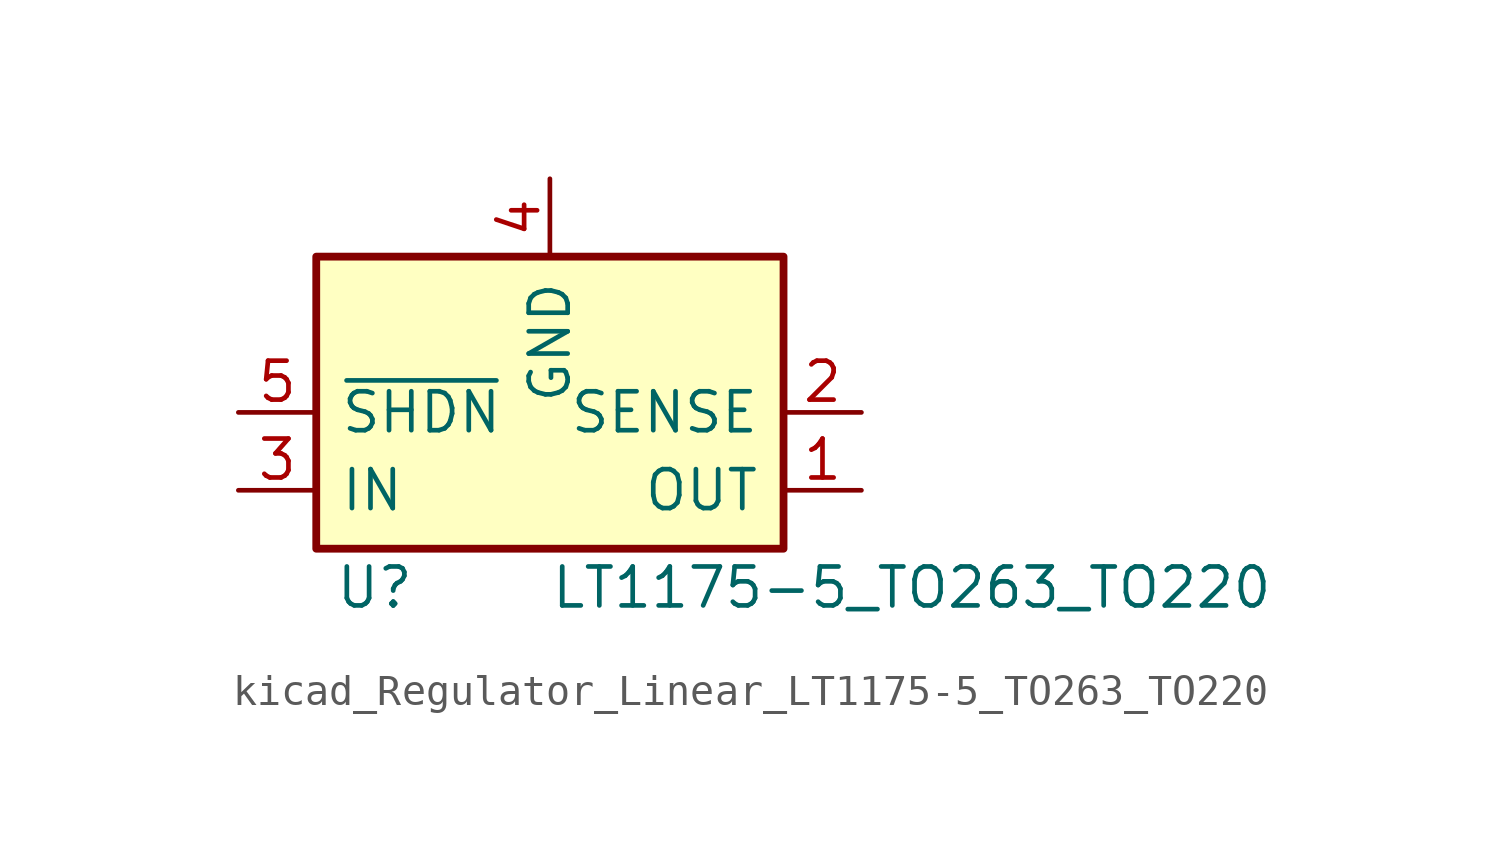
<source format=kicad_sym>
(kicad_symbol_lib
  (version 20220914)
  (generator kicad_symbol_editor)
  (symbol "kicad_Regulator_Linear_LT1175-5_TO263_TO220"
    (pin_names
      (offset 0.762))
    (property "Reference" "U"
      (at -5.715 -3.175 0)
      (effects (font (size 1.27 1.27))))
    (property "Value" "LT1175-5_TO263_TO220"
      (at 0 -3.175 0)
      (effects (font (size 1.27 1.27)) (justify left)))
    (symbol "kicad_Regulator_Linear_LT1175-5_TO263_TO220_0_1"
      (rectangle (start -7.62 -1.905) (end 7.62 7.62) (stroke (width 0.254) (type default)) (fill (type background))))
    (symbol "kicad_Regulator_Linear_LT1175-5_TO263_TO220_1_1"
      (pin power_out line (at 10.16 0 180) (length 2.54) (name "OUT" (effects (font (size 1.27 1.27)))) (number "1" (effects (font (size 1.27 1.27)))))
      (pin input line (at 10.16 2.54 180) (length 2.54) (name "SENSE" (effects (font (size 1.27 1.27)))) (number "2" (effects (font (size 1.27 1.27)))))
      (pin power_in line (at -10.16 0 0) (length 2.54) (name "IN" (effects (font (size 1.27 1.27)))) (number "3" (effects (font (size 1.27 1.27)))))
      (pin power_in line (at 0 10.16 270) (length 2.54) (name "GND" (effects (font (size 1.27 1.27)))) (number "4" (effects (font (size 1.27 1.27)))))
      (pin input line (at -10.16 2.54 0) (length 2.54) (name "~{SHDN}" (effects (font (size 1.27 1.27)))) (number "5" (effects (font (size 1.27 1.27))))))))
</source>
